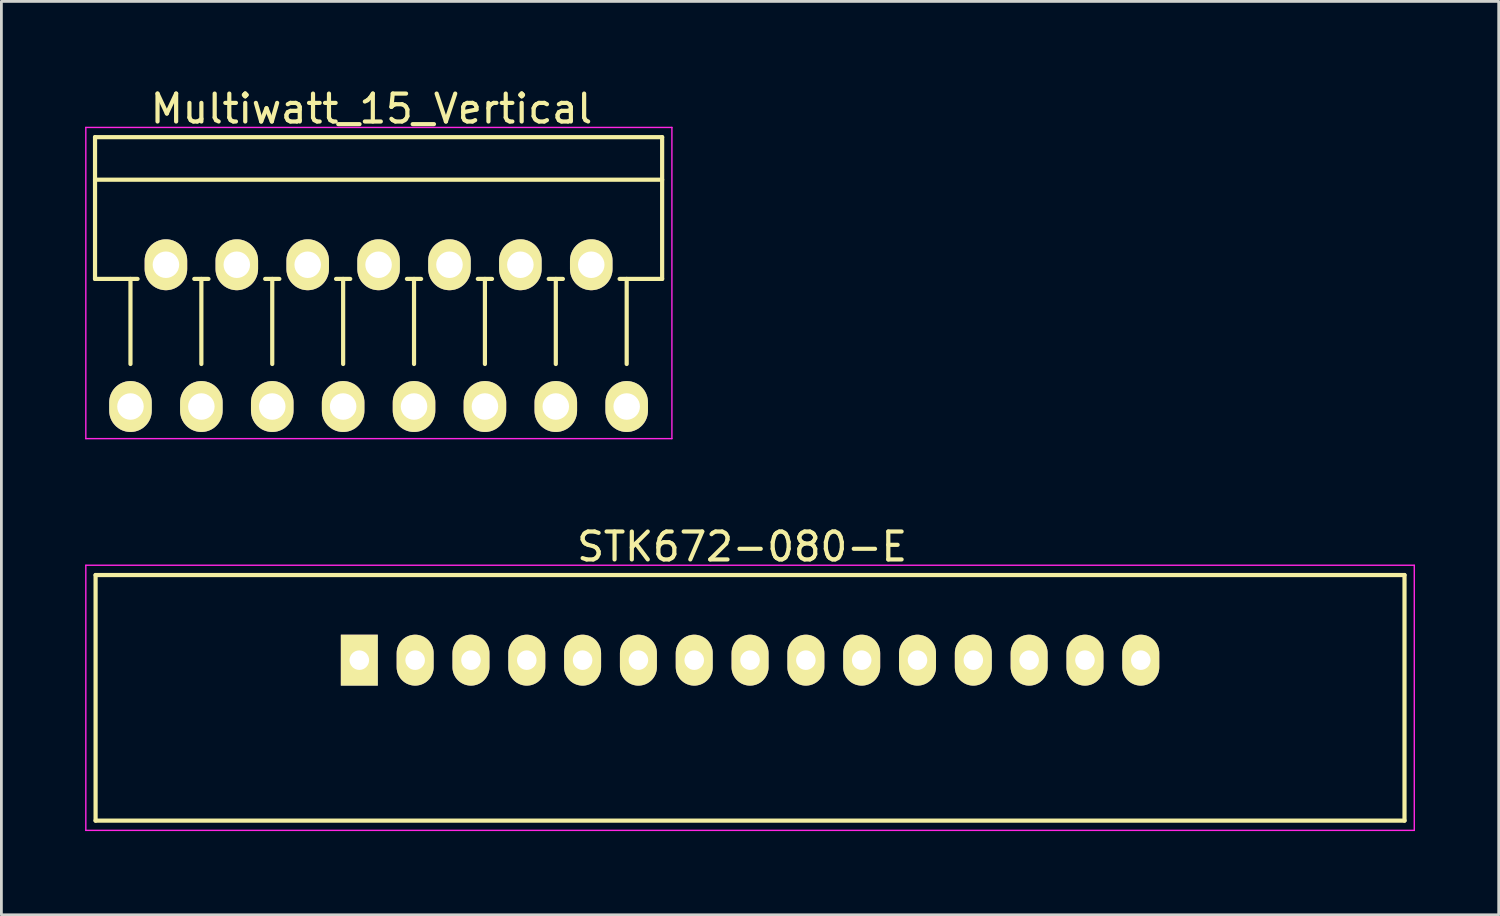
<source format=kicad_pcb>
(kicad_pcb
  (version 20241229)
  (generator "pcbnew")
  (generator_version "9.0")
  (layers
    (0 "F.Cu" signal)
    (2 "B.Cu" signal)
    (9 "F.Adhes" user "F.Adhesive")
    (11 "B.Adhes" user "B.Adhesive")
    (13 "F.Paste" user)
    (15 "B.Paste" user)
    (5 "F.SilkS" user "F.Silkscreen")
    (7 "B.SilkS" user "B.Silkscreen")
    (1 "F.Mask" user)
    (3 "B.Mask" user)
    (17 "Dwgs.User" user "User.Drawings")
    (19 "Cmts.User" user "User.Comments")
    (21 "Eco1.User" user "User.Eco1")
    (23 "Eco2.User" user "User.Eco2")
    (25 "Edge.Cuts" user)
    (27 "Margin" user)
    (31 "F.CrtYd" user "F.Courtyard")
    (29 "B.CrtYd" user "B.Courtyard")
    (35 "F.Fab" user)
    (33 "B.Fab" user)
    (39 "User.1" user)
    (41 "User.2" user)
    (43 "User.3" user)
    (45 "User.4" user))
  (footprint "STK672-080-E"
    (layer "F.Cu")
    (at 9.825 20.604)
    (property "Reference" "STK672-080-E" (at 13.716 -4.064 0) (layer "F.SilkS") (effects (font (size 1 1) (thickness 0.15))))
    (attr through_hole)
    (fp_line (start -9.45 -3.05) (end 37.45 -3.05) (stroke (width 0.15) (type solid)) (layer "F.SilkS"))
    (fp_line (start -9.45 5.75) (end -9.45 -3.05) (stroke (width 0.15) (type solid)) (layer "F.SilkS"))
    (fp_line (start 37.45 -3.05) (end 37.45 5.75) (stroke (width 0.15) (type solid)) (layer "F.SilkS"))
    (fp_line (start 37.45 5.75) (end -9.45 5.75) (stroke (width 0.15) (type solid)) (layer "F.SilkS"))
    (fp_line (start -9.8 -3.4) (end -9.8 6.1) (stroke (width 0.05) (type solid)) (layer "F.CrtYd"))
    (fp_line (start -9.8 -3.4) (end 37.8 -3.4) (stroke (width 0.05) (type solid)) (layer "F.CrtYd"))
    (fp_line (start -9.8 6.1) (end 37.8 6.1) (stroke (width 0.05) (type solid)) (layer "F.CrtYd"))
    (fp_line (start 37.8 -3.4) (end 37.8 6.1) (stroke (width 0.05) (type solid)) (layer "F.CrtYd"))
    (pad "1" thru_hole rect (at 0 0) (size 1.324 1.824) (drill 0.7) (layers "*.Cu" "*.Mask" "F.SilkS"))
    (pad "2" thru_hole oval (at 2 0) (size 1.324 1.824) (drill 0.7) (layers "*.Cu" "*.Mask" "F.SilkS"))
    (pad "3" thru_hole oval (at 4 0) (size 1.324 1.824) (drill 0.7) (layers "*.Cu" "*.Mask" "F.SilkS"))
    (pad "4" thru_hole oval (at 6 0) (size 1.324 1.824) (drill 0.7) (layers "*.Cu" "*.Mask" "F.SilkS"))
    (pad "5" thru_hole oval (at 8 0) (size 1.324 1.824) (drill 0.7) (layers "*.Cu" "*.Mask" "F.SilkS"))
    (pad "6" thru_hole oval (at 10 0) (size 1.324 1.824) (drill 0.7) (layers "*.Cu" "*.Mask" "F.SilkS"))
    (pad "7" thru_hole oval (at 12 0) (size 1.324 1.824) (drill 0.7) (layers "*.Cu" "*.Mask" "F.SilkS"))
    (pad "8" thru_hole oval (at 14 0) (size 1.324 1.824) (drill 0.7) (layers "*.Cu" "*.Mask" "F.SilkS"))
    (pad "9" thru_hole oval (at 16 0) (size 1.324 1.824) (drill 0.7) (layers "*.Cu" "*.Mask" "F.SilkS"))
    (pad "10" thru_hole oval (at 18 0) (size 1.324 1.824) (drill 0.7) (layers "*.Cu" "*.Mask" "F.SilkS"))
    (pad "11" thru_hole oval (at 20 0) (size 1.324 1.824) (drill 0.7) (layers "*.Cu" "*.Mask" "F.SilkS"))
    (pad "12" thru_hole oval (at 22 0) (size 1.324 1.824) (drill 0.7) (layers "*.Cu" "*.Mask" "F.SilkS"))
    (pad "13" thru_hole oval (at 24 0) (size 1.324 1.824) (drill 0.7) (layers "*.Cu" "*.Mask" "F.SilkS"))
    (pad "14" thru_hole oval (at 26 0) (size 1.324 1.824) (drill 0.7) (layers "*.Cu" "*.Mask" "F.SilkS"))
    (pad "15" thru_hole oval (at 28 0) (size 1.324 1.824) (drill 0.7) (layers "*.Cu" "*.Mask" "F.SilkS")))
  (footprint "Multiwatt_15_Vertical"
    (layer "F.Cu")
    (at 1.625 11.516)
    (property "Reference" "Multiwatt_15_Vertical" (at 8.636 -10.668 0) (layer "F.SilkS") (effects (font (size 1 1) (thickness 0.15))))
    (attr through_hole)
    (fp_line (start -1.27 -9.652) (end -1.27 -4.572) (stroke (width 0.15) (type solid)) (layer "F.SilkS"))
    (fp_line (start -1.27 -9.652) (end 19.05 -9.652) (stroke (width 0.15) (type solid)) (layer "F.SilkS"))
    (fp_line (start -1.27 -4.572) (end 0.254 -4.572) (stroke (width 0.15) (type solid)) (layer "F.SilkS"))
    (fp_line (start 0 -1.524) (end 0 -4.572) (stroke (width 0.15) (type solid)) (layer "F.SilkS"))
    (fp_line (start 2.54 -1.524) (end 2.54 -4.572) (stroke (width 0.15) (type solid)) (layer "F.SilkS"))
    (fp_line (start 2.794 -4.572) (end 2.286 -4.572) (stroke (width 0.15) (type solid)) (layer "F.SilkS"))
    (fp_line (start 5.08 -1.524) (end 5.08 -4.572) (stroke (width 0.15) (type solid)) (layer "F.SilkS"))
    (fp_line (start 5.334 -4.572) (end 4.826 -4.572) (stroke (width 0.15) (type solid)) (layer "F.SilkS"))
    (fp_line (start 7.62 -1.524) (end 7.62 -4.572) (stroke (width 0.15) (type solid)) (layer "F.SilkS"))
    (fp_line (start 7.874 -4.572) (end 7.366 -4.572) (stroke (width 0.15) (type solid)) (layer "F.SilkS"))
    (fp_line (start 10.16 -1.524) (end 10.16 -4.572) (stroke (width 0.15) (type solid)) (layer "F.SilkS"))
    (fp_line (start 10.414 -4.572) (end 9.906 -4.572) (stroke (width 0.15) (type solid)) (layer "F.SilkS"))
    (fp_line (start 12.7 -1.524) (end 12.7 -4.572) (stroke (width 0.15) (type solid)) (layer "F.SilkS"))
    (fp_line (start 12.954 -4.572) (end 12.446 -4.572) (stroke (width 0.15) (type solid)) (layer "F.SilkS"))
    (fp_line (start 15.24 -1.524) (end 15.24 -4.572) (stroke (width 0.15) (type solid)) (layer "F.SilkS"))
    (fp_line (start 15.494 -4.572) (end 14.986 -4.572) (stroke (width 0.15) (type solid)) (layer "F.SilkS"))
    (fp_line (start 17.78 -1.524) (end 17.78 -4.572) (stroke (width 0.15) (type solid)) (layer "F.SilkS"))
    (fp_line (start 19.05 -9.652) (end 19.05 -4.572) (stroke (width 0.15) (type solid)) (layer "F.SilkS"))
    (fp_line (start 19.05 -8.128) (end -1.27 -8.128) (stroke (width 0.15) (type solid)) (layer "F.SilkS"))
    (fp_line (start 19.05 -4.572) (end 17.526 -4.572) (stroke (width 0.15) (type solid)) (layer "F.SilkS"))
    (fp_line (start -1.6 -10) (end 19.4 -10) (stroke (width 0.05) (type solid)) (layer "F.CrtYd"))
    (fp_line (start -1.6 1.15) (end -1.6 -10) (stroke (width 0.05) (type solid)) (layer "F.CrtYd"))
    (fp_line (start 19.4 -10) (end 19.4 1.15) (stroke (width 0.05) (type solid)) (layer "F.CrtYd"))
    (fp_line (start 19.4 1.15) (end -1.6 1.15) (stroke (width 0.05) (type solid)) (layer "F.CrtYd"))
    (pad "1" thru_hole oval (at 0 0) (size 1.524 1.824) (drill 0.95) (layers "*.Cu" "*.Mask" "F.SilkS"))
    (pad "2" thru_hole oval (at 1.27 -5.08) (size 1.524 1.824) (drill 0.95) (layers "*.Cu" "*.Mask" "F.SilkS"))
    (pad "3" thru_hole oval (at 2.54 0) (size 1.524 1.824) (drill 0.95) (layers "*.Cu" "*.Mask" "F.SilkS"))
    (pad "4" thru_hole oval (at 3.81 -5.08) (size 1.524 1.824) (drill 0.95) (layers "*.Cu" "*.Mask" "F.SilkS"))
    (pad "5" thru_hole oval (at 5.08 0) (size 1.524 1.824) (drill 0.95) (layers "*.Cu" "*.Mask" "F.SilkS"))
    (pad "6" thru_hole oval (at 6.35 -5.08) (size 1.524 1.824) (drill 0.95) (layers "*.Cu" "*.Mask" "F.SilkS"))
    (pad "7" thru_hole oval (at 7.62 0) (size 1.524 1.824) (drill 0.95) (layers "*.Cu" "*.Mask" "F.SilkS"))
    (pad "8" thru_hole oval (at 8.89 -5.08) (size 1.524 1.824) (drill 0.95) (layers "*.Cu" "*.Mask" "F.SilkS"))
    (pad "9" thru_hole oval (at 10.16 0) (size 1.524 1.824) (drill 0.95) (layers "*.Cu" "*.Mask" "F.SilkS"))
    (pad "10" thru_hole oval (at 11.43 -5.08) (size 1.524 1.824) (drill 0.95) (layers "*.Cu" "*.Mask" "F.SilkS"))
    (pad "11" thru_hole oval (at 12.7 0) (size 1.524 1.824) (drill 0.95) (layers "*.Cu" "*.Mask" "F.SilkS"))
    (pad "12" thru_hole oval (at 13.97 -5.08) (size 1.524 1.824) (drill 0.95) (layers "*.Cu" "*.Mask" "F.SilkS"))
    (pad "13" thru_hole oval (at 15.24 0) (size 1.524 1.824) (drill 0.95) (layers "*.Cu" "*.Mask" "F.SilkS"))
    (pad "14" thru_hole oval (at 16.51 -5.08) (size 1.524 1.824) (drill 0.95) (layers "*.Cu" "*.Mask" "F.SilkS"))
    (pad "15" thru_hole oval (at 17.78 0) (size 1.524 1.824) (drill 0.95) (layers "*.Cu" "*.Mask" "F.SilkS")))
  (gr_rect
    (start -3 -3)
    (end 50.65 29.729)
    (stroke (width 0.1) (type default))
    (fill no)
    (layer "Edge.Cuts")))
</source>
